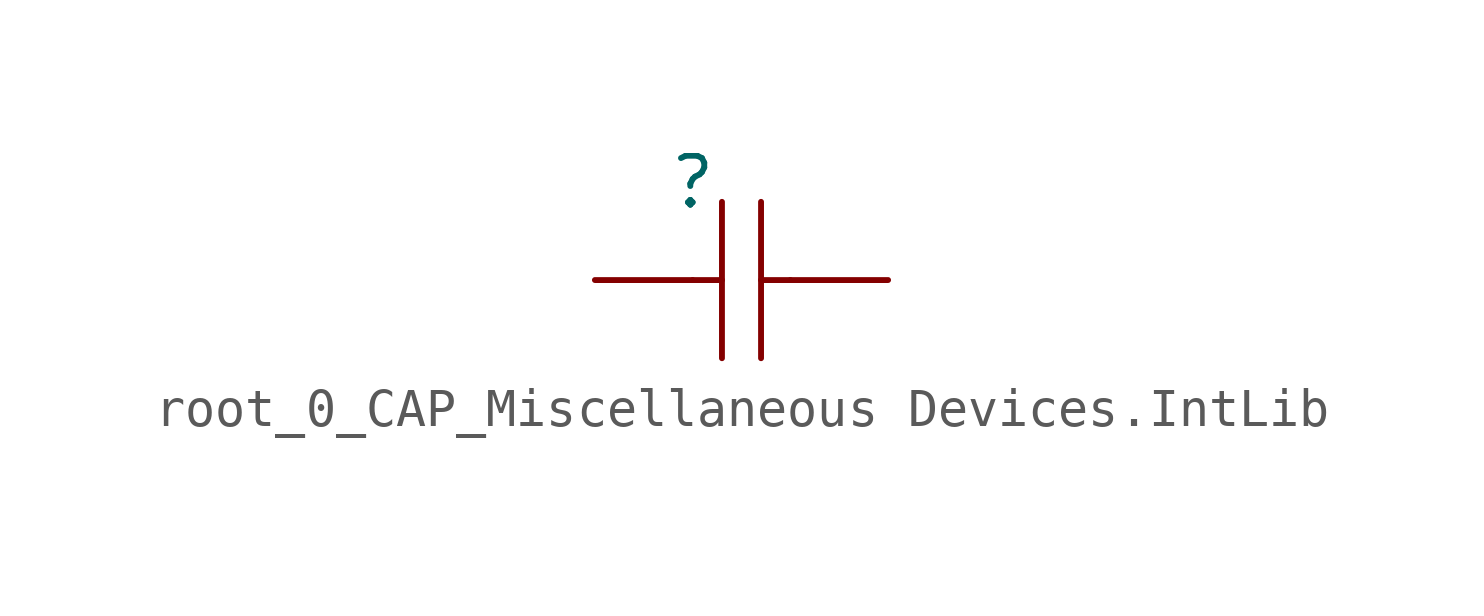
<source format=kicad_sym>
(kicad_symbol_lib
  (version 20241209)
  (generator "kicad_symbol_editor")
  (generator_version "9.0")
  (symbol "root_0_CAP_Miscellaneous Devices.IntLib"
    (pin_numbers
      (hide yes))
    (pin_names
      (hide yes))
    (property "Reference" ""
      (at 0 0 0)
      (effects (font (size 1.27 1.27))))
    (property "Value" ""
      (at 0 0 0)
      (effects (font (size 1.27 1.27))))
    (symbol "root_0_CAP_Miscellaneous Devices.IntLib_1_0"
      (polyline (pts (xy 0 -2.54) (xy 0.762 -2.54)) (stroke (width 0) (type solid)) (fill (type none)))
      (polyline (pts (xy 0.762 -4.572) (xy 0.762 -0.508)) (stroke (width 0) (type solid)) (fill (type none)))
      (polyline (pts (xy 1.778 -0.508) (xy 1.778 -4.572)) (stroke (width 0) (type solid)) (fill (type none)))
      (polyline (pts (xy 2.54 -2.54) (xy 1.778 -2.54)) (stroke (width 0) (type solid)) (fill (type none)))
      (pin passive line (at -2.54 -2.54 0) (length 2.54) (name "1" (effects (font (size 1.27 1.27)))) (number "1" (effects (font (size 1.27 1.27)))))
      (pin passive line (at 5.08 -2.54 180) (length 2.54) (name "2" (effects (font (size 1.27 1.27)))) (number "2" (effects (font (size 1.27 1.27))))))))
</source>
